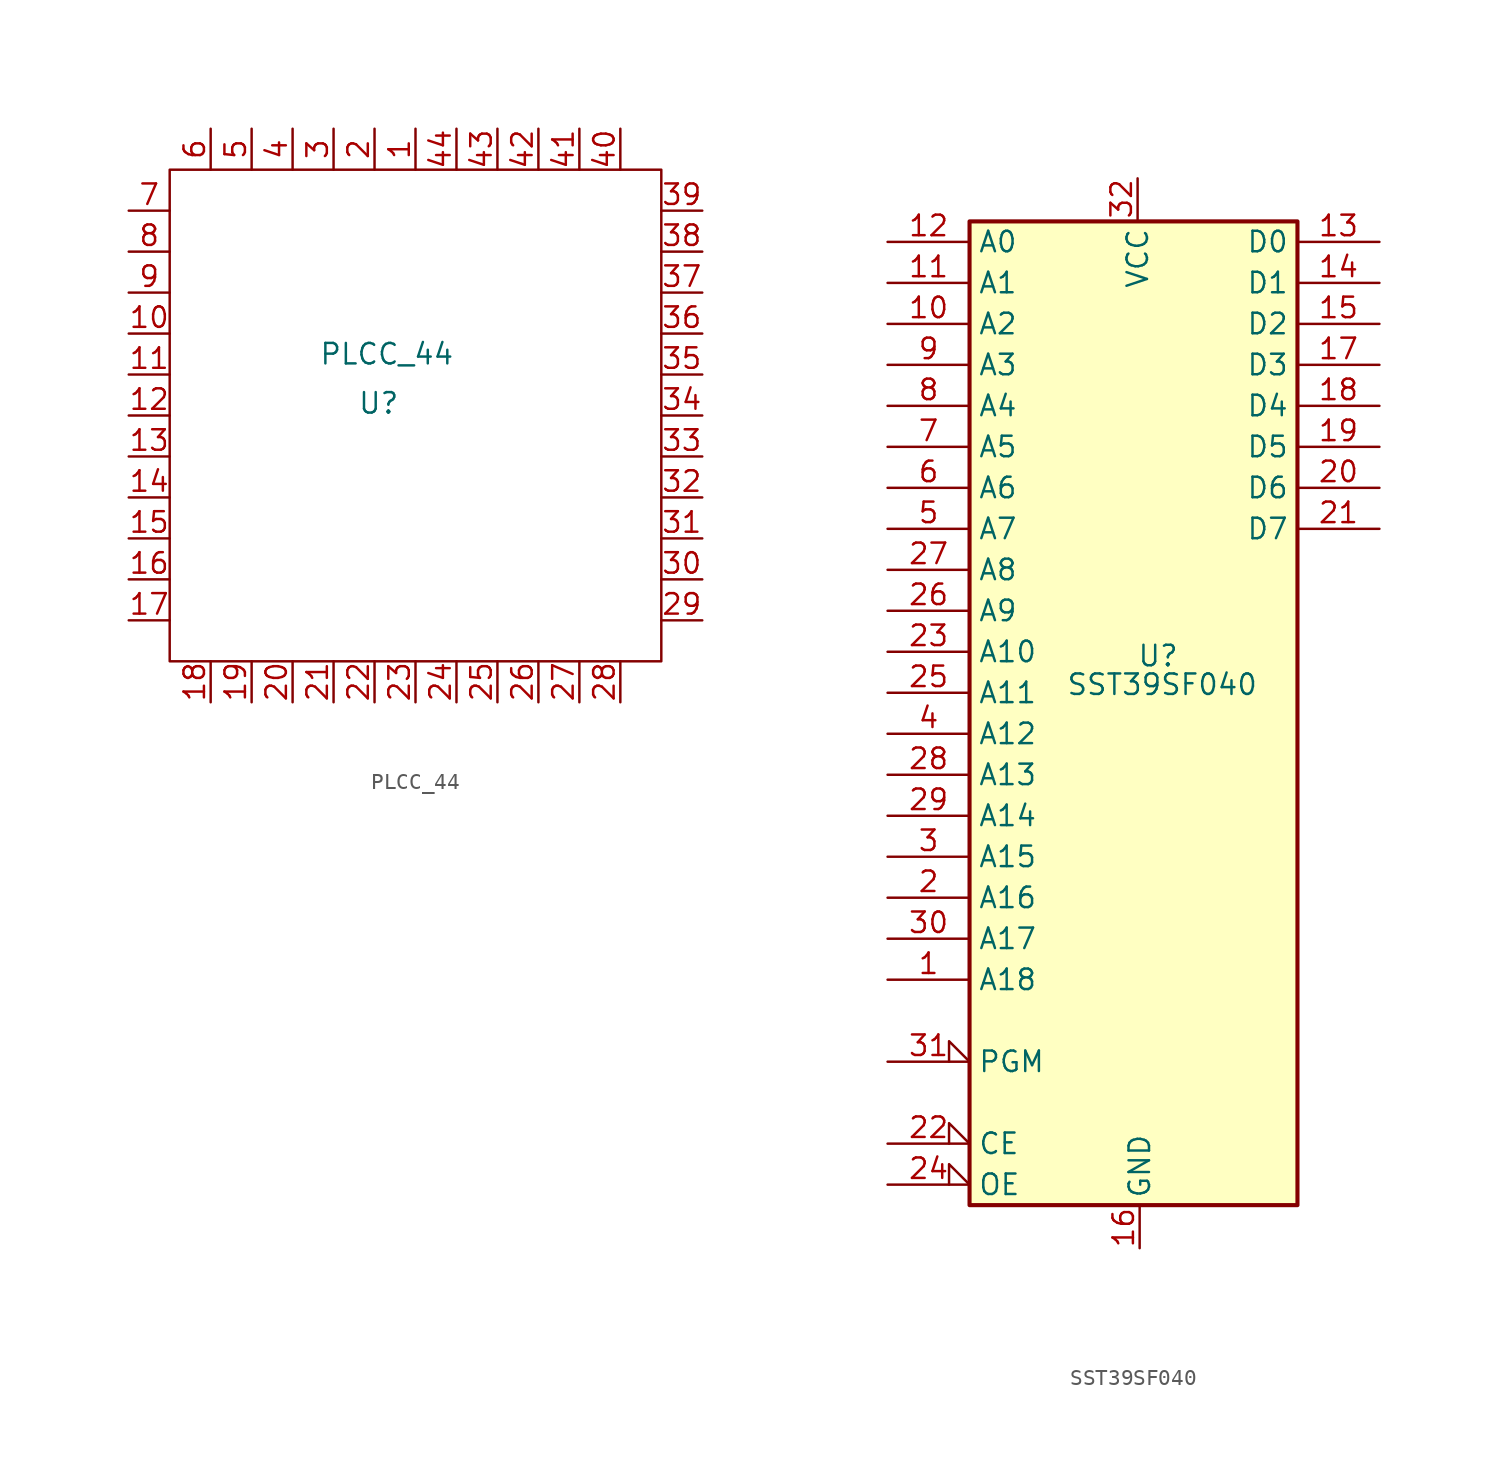
<source format=kicad_sym>
(kicad_symbol_lib
  (version 20211014)
  (generator kicad_symbol_editor)
  (symbol "PLCC_44"
    (property "Reference" "U"
      (at -2.286 3.302 0)
      (effects (font (size 1.27 1.27))))
    (property "Value" "PLCC_44"
      (at -1.778 6.35 0)
      (effects (font (size 1.27 1.27))))
    (symbol "PLCC_44_0_1"
      (rectangle (start -15.24 17.78) (end 15.24 -12.7) (stroke (width 0) (type default) (color 0 0 0 0)) (fill (type none))))
    (symbol "PLCC_44_1_1"
      (pin input line (at 0 20.32 270) (length 2.54) (name "" (effects (font (size 1.27 1.27)))) (number "1" (effects (font (size 1.27 1.27)))))
      (pin input line (at -17.78 7.62 0) (length 2.54) (name "" (effects (font (size 1.27 1.27)))) (number "10" (effects (font (size 1.27 1.27)))))
      (pin input line (at -17.78 5.08 0) (length 2.54) (name "" (effects (font (size 1.27 1.27)))) (number "11" (effects (font (size 1.27 1.27)))))
      (pin input line (at -17.78 2.54 0) (length 2.54) (name "" (effects (font (size 1.27 1.27)))) (number "12" (effects (font (size 1.27 1.27)))))
      (pin input line (at -17.78 0 0) (length 2.54) (name "" (effects (font (size 1.27 1.27)))) (number "13" (effects (font (size 1.27 1.27)))))
      (pin input line (at -17.78 -2.54 0) (length 2.54) (name "" (effects (font (size 1.27 1.27)))) (number "14" (effects (font (size 1.27 1.27)))))
      (pin input line (at -17.78 -5.08 0) (length 2.54) (name "" (effects (font (size 1.27 1.27)))) (number "15" (effects (font (size 1.27 1.27)))))
      (pin input line (at -17.78 -7.62 0) (length 2.54) (name "" (effects (font (size 1.27 1.27)))) (number "16" (effects (font (size 1.27 1.27)))))
      (pin input line (at -17.78 -10.16 0) (length 2.54) (name "" (effects (font (size 1.27 1.27)))) (number "17" (effects (font (size 1.27 1.27)))))
      (pin input line (at -12.7 -15.24 90) (length 2.54) (name "" (effects (font (size 1.27 1.27)))) (number "18" (effects (font (size 1.27 1.27)))))
      (pin input line (at -10.16 -15.24 90) (length 2.54) (name "" (effects (font (size 1.27 1.27)))) (number "19" (effects (font (size 1.27 1.27)))))
      (pin input line (at -2.54 20.32 270) (length 2.54) (name "" (effects (font (size 1.27 1.27)))) (number "2" (effects (font (size 1.27 1.27)))))
      (pin input line (at -7.62 -15.24 90) (length 2.54) (name "" (effects (font (size 1.27 1.27)))) (number "20" (effects (font (size 1.27 1.27)))))
      (pin input line (at -5.08 -15.24 90) (length 2.54) (name "" (effects (font (size 1.27 1.27)))) (number "21" (effects (font (size 1.27 1.27)))))
      (pin input line (at -2.54 -15.24 90) (length 2.54) (name "" (effects (font (size 1.27 1.27)))) (number "22" (effects (font (size 1.27 1.27)))))
      (pin input line (at 0 -15.24 90) (length 2.54) (name "" (effects (font (size 1.27 1.27)))) (number "23" (effects (font (size 1.27 1.27)))))
      (pin input line (at 2.54 -15.24 90) (length 2.54) (name "" (effects (font (size 1.27 1.27)))) (number "24" (effects (font (size 1.27 1.27)))))
      (pin input line (at 5.08 -15.24 90) (length 2.54) (name "" (effects (font (size 1.27 1.27)))) (number "25" (effects (font (size 1.27 1.27)))))
      (pin input line (at 7.62 -15.24 90) (length 2.54) (name "" (effects (font (size 1.27 1.27)))) (number "26" (effects (font (size 1.27 1.27)))))
      (pin input line (at 10.16 -15.24 90) (length 2.54) (name "" (effects (font (size 1.27 1.27)))) (number "27" (effects (font (size 1.27 1.27)))))
      (pin input line (at 12.7 -15.24 90) (length 2.54) (name "" (effects (font (size 1.27 1.27)))) (number "28" (effects (font (size 1.27 1.27)))))
      (pin input line (at 17.78 -10.16 180) (length 2.54) (name "" (effects (font (size 1.27 1.27)))) (number "29" (effects (font (size 1.27 1.27)))))
      (pin input line (at -5.08 20.32 270) (length 2.54) (name "" (effects (font (size 1.27 1.27)))) (number "3" (effects (font (size 1.27 1.27)))))
      (pin input line (at 17.78 -7.62 180) (length 2.54) (name "" (effects (font (size 1.27 1.27)))) (number "30" (effects (font (size 1.27 1.27)))))
      (pin input line (at 17.78 -5.08 180) (length 2.54) (name "" (effects (font (size 1.27 1.27)))) (number "31" (effects (font (size 1.27 1.27)))))
      (pin input line (at 17.78 -2.54 180) (length 2.54) (name "" (effects (font (size 1.27 1.27)))) (number "32" (effects (font (size 1.27 1.27)))))
      (pin input line (at 17.78 0 180) (length 2.54) (name "" (effects (font (size 1.27 1.27)))) (number "33" (effects (font (size 1.27 1.27)))))
      (pin input line (at 17.78 2.54 180) (length 2.54) (name "" (effects (font (size 1.27 1.27)))) (number "34" (effects (font (size 1.27 1.27)))))
      (pin input line (at 17.78 5.08 180) (length 2.54) (name "" (effects (font (size 1.27 1.27)))) (number "35" (effects (font (size 1.27 1.27)))))
      (pin input line (at 17.78 7.62 180) (length 2.54) (name "" (effects (font (size 1.27 1.27)))) (number "36" (effects (font (size 1.27 1.27)))))
      (pin input line (at 17.78 10.16 180) (length 2.54) (name "" (effects (font (size 1.27 1.27)))) (number "37" (effects (font (size 1.27 1.27)))))
      (pin input line (at 17.78 12.7 180) (length 2.54) (name "" (effects (font (size 1.27 1.27)))) (number "38" (effects (font (size 1.27 1.27)))))
      (pin input line (at 17.78 15.24 180) (length 2.54) (name "" (effects (font (size 1.27 1.27)))) (number "39" (effects (font (size 1.27 1.27)))))
      (pin input line (at -7.62 20.32 270) (length 2.54) (name "" (effects (font (size 1.27 1.27)))) (number "4" (effects (font (size 1.27 1.27)))))
      (pin input line (at 12.7 20.32 270) (length 2.54) (name "" (effects (font (size 1.27 1.27)))) (number "40" (effects (font (size 1.27 1.27)))))
      (pin input line (at 10.16 20.32 270) (length 2.54) (name "" (effects (font (size 1.27 1.27)))) (number "41" (effects (font (size 1.27 1.27)))))
      (pin input line (at 7.62 20.32 270) (length 2.54) (name "" (effects (font (size 1.27 1.27)))) (number "42" (effects (font (size 1.27 1.27)))))
      (pin input line (at 5.08 20.32 270) (length 2.54) (name "" (effects (font (size 1.27 1.27)))) (number "43" (effects (font (size 1.27 1.27)))))
      (pin input line (at 2.54 20.32 270) (length 2.54) (name "" (effects (font (size 1.27 1.27)))) (number "44" (effects (font (size 1.27 1.27)))))
      (pin input line (at -10.16 20.32 270) (length 2.54) (name "" (effects (font (size 1.27 1.27)))) (number "5" (effects (font (size 1.27 1.27)))))
      (pin input line (at -12.7 20.32 270) (length 2.54) (name "" (effects (font (size 1.27 1.27)))) (number "6" (effects (font (size 1.27 1.27)))))
      (pin input line (at -17.78 15.24 0) (length 2.54) (name "" (effects (font (size 1.27 1.27)))) (number "7" (effects (font (size 1.27 1.27)))))
      (pin input line (at -17.78 12.7 0) (length 2.54) (name "" (effects (font (size 1.27 1.27)))) (number "8" (effects (font (size 1.27 1.27)))))
      (pin input line (at -17.78 10.16 0) (length 2.54) (name "" (effects (font (size 1.27 1.27)))) (number "9" (effects (font (size 1.27 1.27)))))))
  (symbol "SST39SF040"
    (property "Reference" "U"
      (at 0 0 0)
      (effects (font (size 1.27 1.27))))
    (property "Value" "SST39SF040"
      (at 0.254 -1.778 0)
      (effects (font (size 1.27 1.27))))
    (symbol "SST39SF040_0_1"
      (rectangle (start -11.684 26.924) (end 8.636 -34.036) (stroke (width 0.254) (type default) (color 0 0 0 0)) (fill (type background))))
    (symbol "SST39SF040_1_1"
      (pin input line (at -16.764 -20.066 0) (length 5.08) (name "A18" (effects (font (size 1.27 1.27)))) (number "1" (effects (font (size 1.27 1.27)))))
      (pin input line (at -16.764 20.574 0) (length 5.08) (name "A2" (effects (font (size 1.27 1.27)))) (number "10" (effects (font (size 1.27 1.27)))))
      (pin input line (at -16.764 23.114 0) (length 5.08) (name "A1" (effects (font (size 1.27 1.27)))) (number "11" (effects (font (size 1.27 1.27)))))
      (pin input line (at -16.764 25.654 0) (length 5.08) (name "A0" (effects (font (size 1.27 1.27)))) (number "12" (effects (font (size 1.27 1.27)))))
      (pin tri_state line (at 13.716 25.654 180) (length 5.08) (name "D0" (effects (font (size 1.27 1.27)))) (number "13" (effects (font (size 1.27 1.27)))))
      (pin tri_state line (at 13.716 23.114 180) (length 5.08) (name "D1" (effects (font (size 1.27 1.27)))) (number "14" (effects (font (size 1.27 1.27)))))
      (pin tri_state line (at 13.716 20.574 180) (length 5.08) (name "D2" (effects (font (size 1.27 1.27)))) (number "15" (effects (font (size 1.27 1.27)))))
      (pin power_in line (at -1.143 -36.703 90) (length 2.54) (name "GND" (effects (font (size 1.27 1.27)))) (number "16" (effects (font (size 1.27 1.27)))))
      (pin tri_state line (at 13.716 18.034 180) (length 5.08) (name "D3" (effects (font (size 1.27 1.27)))) (number "17" (effects (font (size 1.27 1.27)))))
      (pin tri_state line (at 13.716 15.494 180) (length 5.08) (name "D4" (effects (font (size 1.27 1.27)))) (number "18" (effects (font (size 1.27 1.27)))))
      (pin tri_state line (at 13.716 12.954 180) (length 5.08) (name "D5" (effects (font (size 1.27 1.27)))) (number "19" (effects (font (size 1.27 1.27)))))
      (pin input line (at -16.764 -14.986 0) (length 5.08) (name "A16" (effects (font (size 1.27 1.27)))) (number "2" (effects (font (size 1.27 1.27)))))
      (pin tri_state line (at 13.716 10.414 180) (length 5.08) (name "D6" (effects (font (size 1.27 1.27)))) (number "20" (effects (font (size 1.27 1.27)))))
      (pin tri_state line (at 13.716 7.874 180) (length 5.08) (name "D7" (effects (font (size 1.27 1.27)))) (number "21" (effects (font (size 1.27 1.27)))))
      (pin input input_low (at -16.764 -30.226 0) (length 5.08) (name "CE" (effects (font (size 1.27 1.27)))) (number "22" (effects (font (size 1.27 1.27)))))
      (pin input line (at -16.764 0.254 0) (length 5.08) (name "A10" (effects (font (size 1.27 1.27)))) (number "23" (effects (font (size 1.27 1.27)))))
      (pin input input_low (at -16.764 -32.766 0) (length 5.08) (name "OE" (effects (font (size 1.27 1.27)))) (number "24" (effects (font (size 1.27 1.27)))))
      (pin input line (at -16.764 -2.286 0) (length 5.08) (name "A11" (effects (font (size 1.27 1.27)))) (number "25" (effects (font (size 1.27 1.27)))))
      (pin input line (at -16.764 2.794 0) (length 5.08) (name "A9" (effects (font (size 1.27 1.27)))) (number "26" (effects (font (size 1.27 1.27)))))
      (pin input line (at -16.764 5.334 0) (length 5.08) (name "A8" (effects (font (size 1.27 1.27)))) (number "27" (effects (font (size 1.27 1.27)))))
      (pin input line (at -16.764 -7.366 0) (length 5.08) (name "A13" (effects (font (size 1.27 1.27)))) (number "28" (effects (font (size 1.27 1.27)))))
      (pin input line (at -16.764 -9.906 0) (length 5.08) (name "A14" (effects (font (size 1.27 1.27)))) (number "29" (effects (font (size 1.27 1.27)))))
      (pin input line (at -16.764 -12.446 0) (length 5.08) (name "A15" (effects (font (size 1.27 1.27)))) (number "3" (effects (font (size 1.27 1.27)))))
      (pin input line (at -16.764 -17.526 0) (length 5.08) (name "A17" (effects (font (size 1.27 1.27)))) (number "30" (effects (font (size 1.27 1.27)))))
      (pin input input_low (at -16.764 -25.146 0) (length 5.08) (name "PGM" (effects (font (size 1.27 1.27)))) (number "31" (effects (font (size 1.27 1.27)))))
      (pin power_in line (at -1.27 29.591 270) (length 2.54) (name "VCC" (effects (font (size 1.27 1.27)))) (number "32" (effects (font (size 1.27 1.27)))))
      (pin input line (at -16.764 -4.826 0) (length 5.08) (name "A12" (effects (font (size 1.27 1.27)))) (number "4" (effects (font (size 1.27 1.27)))))
      (pin input line (at -16.764 7.874 0) (length 5.08) (name "A7" (effects (font (size 1.27 1.27)))) (number "5" (effects (font (size 1.27 1.27)))))
      (pin input line (at -16.764 10.414 0) (length 5.08) (name "A6" (effects (font (size 1.27 1.27)))) (number "6" (effects (font (size 1.27 1.27)))))
      (pin input line (at -16.764 12.954 0) (length 5.08) (name "A5" (effects (font (size 1.27 1.27)))) (number "7" (effects (font (size 1.27 1.27)))))
      (pin input line (at -16.764 15.494 0) (length 5.08) (name "A4" (effects (font (size 1.27 1.27)))) (number "8" (effects (font (size 1.27 1.27)))))
      (pin input line (at -16.764 18.034 0) (length 5.08) (name "A3" (effects (font (size 1.27 1.27)))) (number "9" (effects (font (size 1.27 1.27))))))))
</source>
